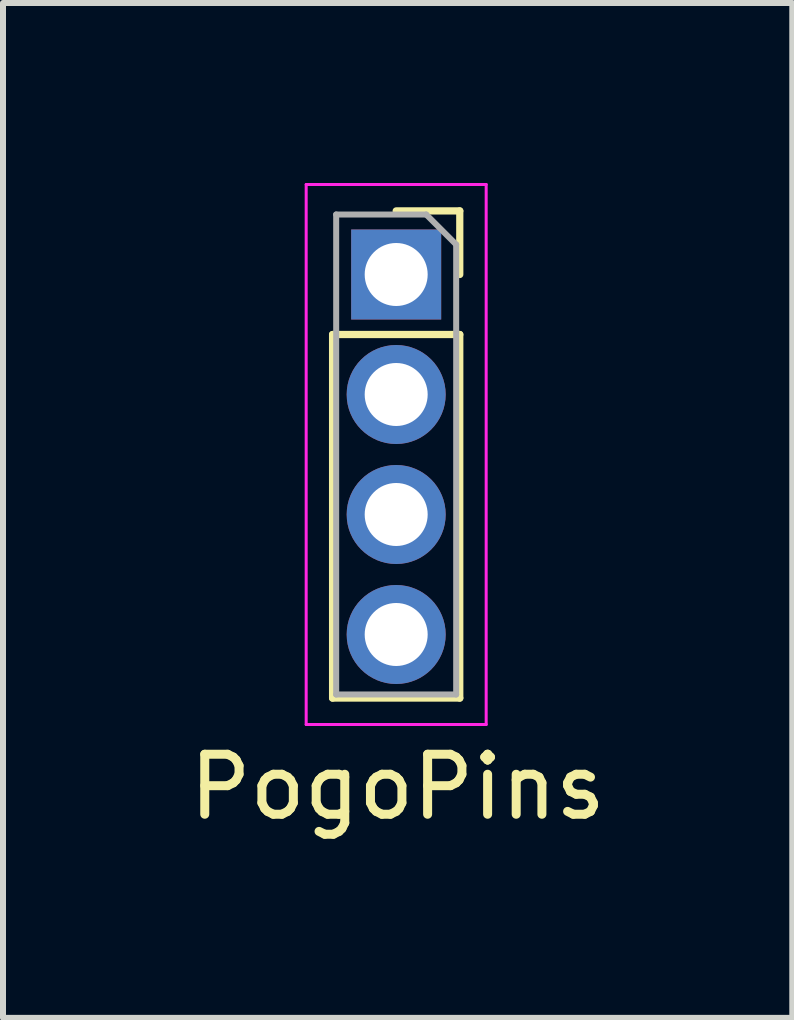
<source format=kicad_pcb>
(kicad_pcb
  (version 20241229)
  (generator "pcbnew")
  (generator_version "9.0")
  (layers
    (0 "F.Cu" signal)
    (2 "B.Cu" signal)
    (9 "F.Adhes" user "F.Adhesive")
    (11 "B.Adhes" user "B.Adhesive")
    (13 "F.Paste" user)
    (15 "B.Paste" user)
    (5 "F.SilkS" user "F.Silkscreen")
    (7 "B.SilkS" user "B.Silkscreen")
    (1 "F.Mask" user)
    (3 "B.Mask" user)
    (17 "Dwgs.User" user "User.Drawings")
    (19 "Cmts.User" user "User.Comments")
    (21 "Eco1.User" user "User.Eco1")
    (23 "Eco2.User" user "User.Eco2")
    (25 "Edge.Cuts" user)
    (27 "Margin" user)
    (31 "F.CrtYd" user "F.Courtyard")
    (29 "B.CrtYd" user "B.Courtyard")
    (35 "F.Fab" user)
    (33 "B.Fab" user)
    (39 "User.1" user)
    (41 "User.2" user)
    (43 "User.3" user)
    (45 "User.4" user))
  (footprint "PogoPins"
    (layer "F.Cu")
    (at 3.553 4.525)
    (property "Reference" "PogoPins" (at 0.024 5.541 0) (unlocked yes) (layer "F.SilkS") (effects (font (size 1 1) (thickness 0.15))))
    (attr through_hole)
    (fp_line (start -1.06 -2) (end -1.06 4.06) (stroke (width 0.12) (type solid)) (layer "F.SilkS"))
    (fp_line (start -1.06 -2) (end 1.06 -2) (stroke (width 0.12) (type solid)) (layer "F.SilkS"))
    (fp_line (start -1.06 4.06) (end 1.06 4.06) (stroke (width 0.12) (type solid)) (layer "F.SilkS"))
    (fp_line (start 0 -4.06) (end 1.06 -4.06) (stroke (width 0.12) (type solid)) (layer "F.SilkS"))
    (fp_line (start 1.06 -4.06) (end 1.06 -3) (stroke (width 0.12) (type solid)) (layer "F.SilkS"))
    (fp_line (start 1.06 -2) (end 1.06 4.06) (stroke (width 0.12) (type solid)) (layer "F.SilkS"))
    (fp_line (start -1.5 -4.5) (end 1.5 -4.5) (stroke (width 0.05) (type solid)) (layer "F.CrtYd"))
    (fp_line (start -1.5 4.5) (end -1.5 -4.5) (stroke (width 0.05) (type solid)) (layer "F.CrtYd"))
    (fp_line (start 1.5 -4.5) (end 1.5 4.5) (stroke (width 0.05) (type solid)) (layer "F.CrtYd"))
    (fp_line (start 1.5 4.5) (end -1.5 4.5) (stroke (width 0.05) (type solid)) (layer "F.CrtYd"))
    (fp_line (start -1 -4) (end 0.5 -4) (stroke (width 0.1) (type solid)) (layer "F.Fab"))
    (fp_line (start -1 4) (end -1 -4) (stroke (width 0.1) (type solid)) (layer "F.Fab"))
    (fp_line (start 0.5 -4) (end 1 -3.5) (stroke (width 0.1) (type solid)) (layer "F.Fab"))
    (fp_line (start 1 -3.5) (end 1 4) (stroke (width 0.1) (type solid)) (layer "F.Fab"))
    (fp_line (start 1 4) (end -1 4) (stroke (width 0.1) (type solid)) (layer "F.Fab"))
    (pad "1" thru_hole rect (at 0 -3) (size 1.5 1.5) (drill 1.05) (layers "*.Cu" "*.Mask"))
    (pad "2" thru_hole circle (at 0 -1) (size 1.65 1.65) (drill 1.05) (layers "*.Cu" "*.Mask"))
    (pad "3" thru_hole oval (at 0 1) (size 1.65 1.65) (drill 1.05) (layers "*.Cu" "*.Mask"))
    (pad "4" thru_hole oval (at 0 3) (size 1.65 1.65) (drill 1.05) (layers "*.Cu" "*.Mask")))
  (gr_rect
    (start -3 -3)
    (end 10.155 13.914)
    (stroke (width 0.1) (type default))
    (fill no)
    (layer "Edge.Cuts")))
</source>
